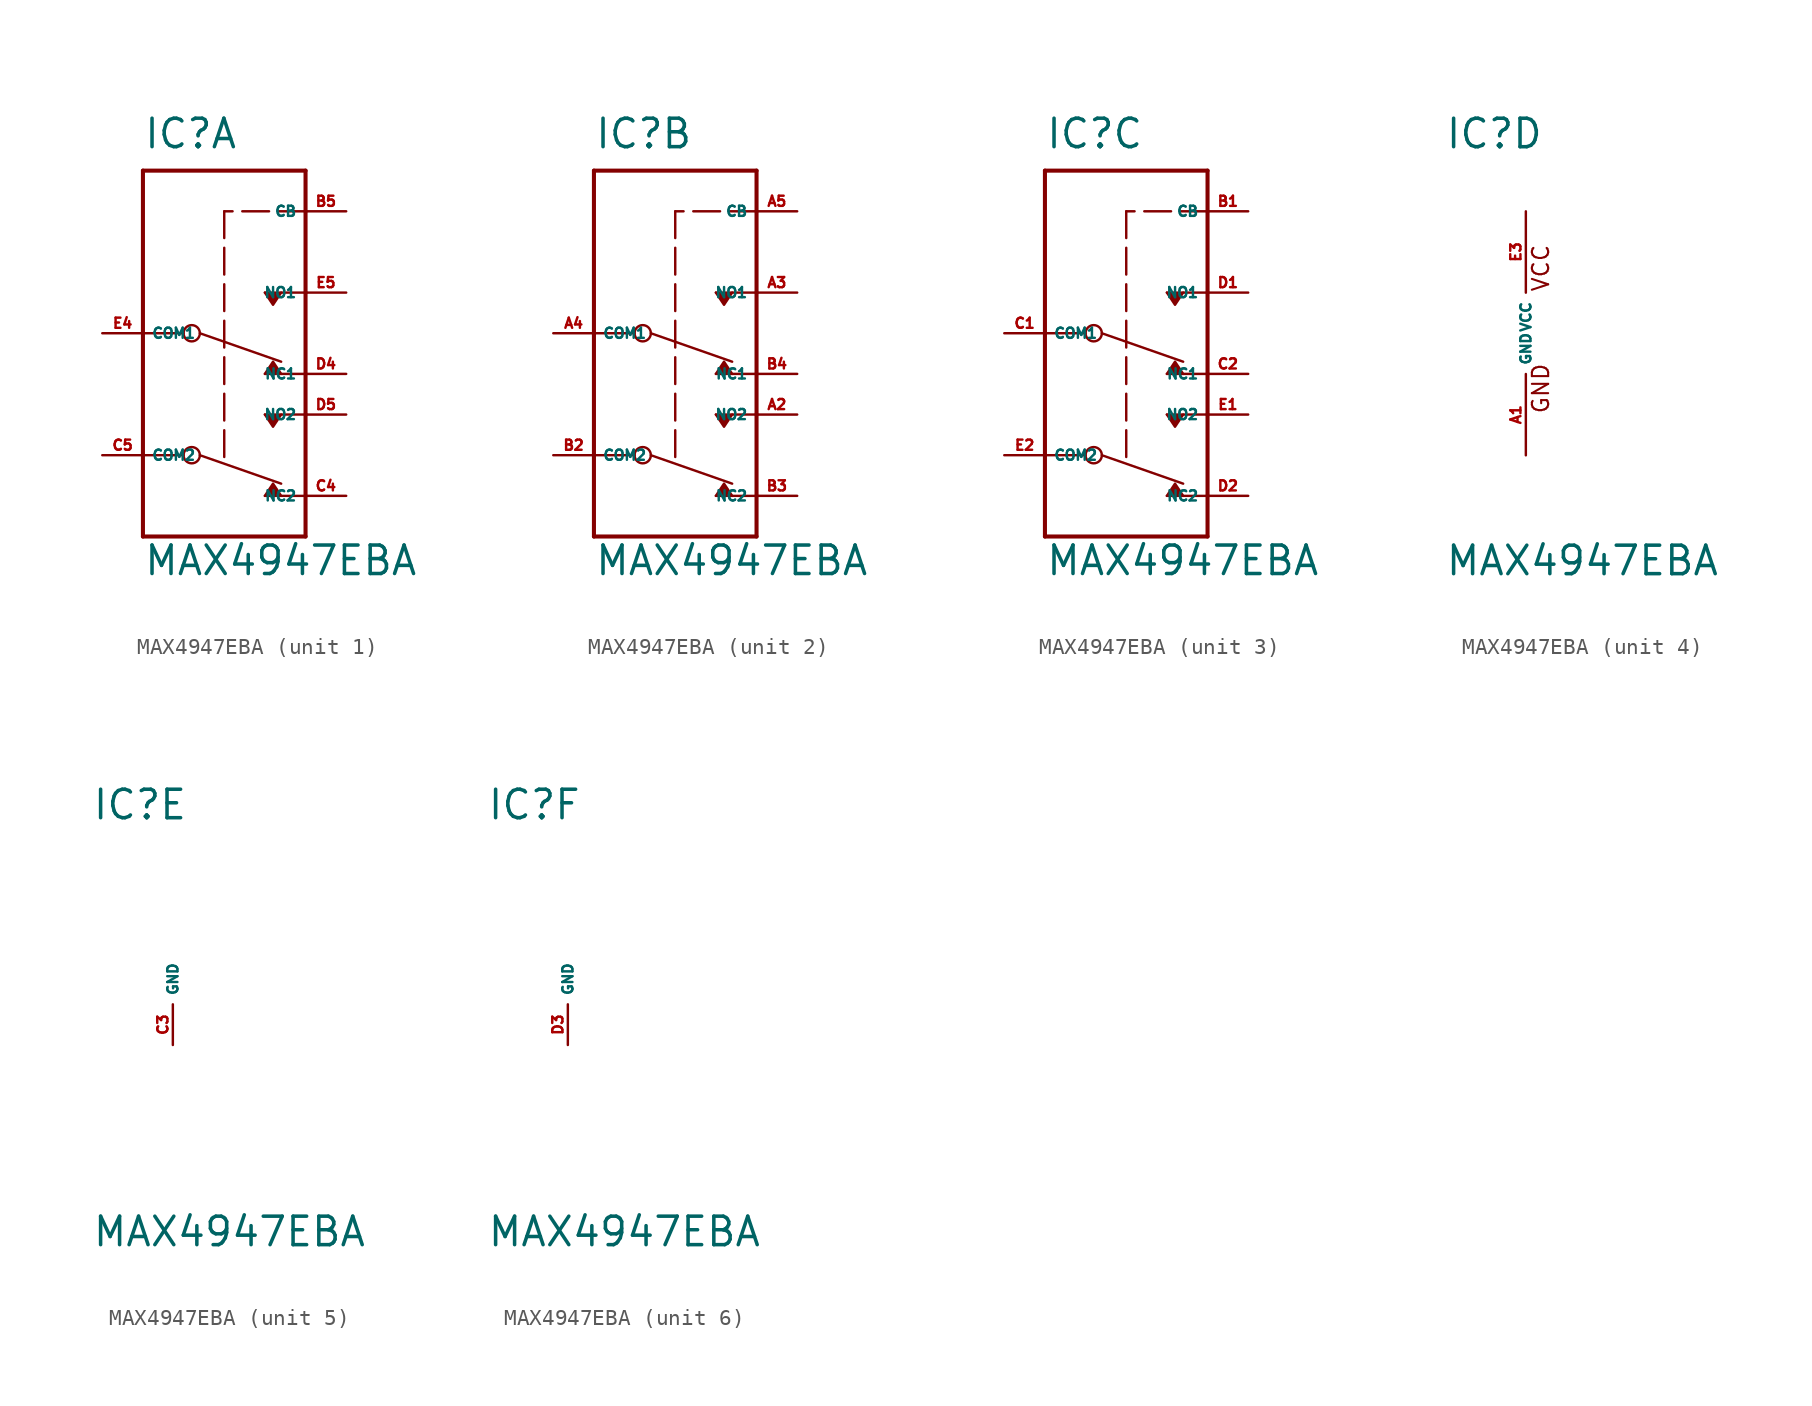
<source format=kicad_sym>
(kicad_symbol_lib
  (version 20220914)
  (generator Eagle2Kicad)
  (symbol "MAX4947EBA"
    (property "Reference" "IC"
      (at -5.08 11.43 0)
      (effects (font (size 1.778 1.778) (thickness 0.22)) (justify left bottom)))
    (property "Value" "MAX4947EBA"
      (at -5.08 -15.24 0)
      (effects (font (size 1.778 1.778) (thickness 0.22)) (justify left bottom)))
    (symbol "MAX4947EBA_1_0"
      (polyline (pts (xy 2.54 -2.54) (xy 3.048 -1.778) (xy 3.556 -2.54)) (stroke (width 0.152) (type default)) (fill (type outline)))
      (polyline (pts (xy 2.54 2.54) (xy 3.048 1.778) (xy 3.556 2.54)) (stroke (width 0.152) (type default)) (fill (type outline)))
      (polyline (pts (xy 2.54 -5.08) (xy 3.048 -5.842) (xy 3.556 -5.08)) (stroke (width 0.152) (type default)) (fill (type outline)))
      (polyline (pts (xy 2.54 -10.16) (xy 3.048 -9.398) (xy 3.556 -10.16)) (stroke (width 0.152) (type default)) (fill (type outline)))
      (polyline (pts (xy -1.524 0) (xy 3.556 -1.778)) (stroke (width 0.152) (type default)) (fill (type none)))
      (polyline (pts (xy 5.08 7.62) (xy 0 7.62)) (stroke (width 0.152) (type dash)) (fill (type none)))
      (polyline (pts (xy 0 7.62) (xy 0 -8.128)) (stroke (width 0.152) (type dash)) (fill (type none)))
      (polyline (pts (xy -5.08 10.16) (xy 5.08 10.16)) (stroke (width 0.254) (type default)) (fill (type none)))
      (polyline (pts (xy 5.08 10.16) (xy 5.08 7.62)) (stroke (width 0.254) (type default)) (fill (type none)))
      (polyline (pts (xy 5.08 7.62) (xy 5.08 2.54)) (stroke (width 0.254) (type default)) (fill (type none)))
      (polyline (pts (xy 5.08 2.54) (xy 5.08 -2.54)) (stroke (width 0.254) (type default)) (fill (type none)))
      (polyline (pts (xy 5.08 -2.54) (xy 5.08 -5.08)) (stroke (width 0.254) (type default)) (fill (type none)))
      (polyline (pts (xy 5.08 -5.08) (xy 5.08 -10.16)) (stroke (width 0.254) (type default)) (fill (type none)))
      (polyline (pts (xy 5.08 -10.16) (xy 5.08 -12.7)) (stroke (width 0.254) (type default)) (fill (type none)))
      (polyline (pts (xy 5.08 -12.7) (xy -5.08 -12.7)) (stroke (width 0.254) (type default)) (fill (type none)))
      (polyline (pts (xy -5.08 -12.7) (xy -5.08 -7.62)) (stroke (width 0.254) (type default)) (fill (type none)))
      (polyline (pts (xy -5.08 -7.62) (xy -5.08 0)) (stroke (width 0.254) (type default)) (fill (type none)))
      (polyline (pts (xy -5.08 0) (xy -5.08 10.16)) (stroke (width 0.254) (type default)) (fill (type none)))
      (polyline (pts (xy 2.54 2.54) (xy 5.08 2.54)) (stroke (width 0.152) (type default)) (fill (type none)))
      (polyline (pts (xy 2.54 -2.54) (xy 5.08 -2.54)) (stroke (width 0.152) (type default)) (fill (type none)))
      (polyline (pts (xy 2.54 -5.08) (xy 5.08 -5.08)) (stroke (width 0.152) (type default)) (fill (type none)))
      (polyline (pts (xy 2.54 -10.16) (xy 5.08 -10.16)) (stroke (width 0.152) (type default)) (fill (type none)))
      (polyline (pts (xy -5.08 -7.62) (xy -2.54 -7.62)) (stroke (width 0.152) (type default)) (fill (type none)))
      (polyline (pts (xy -5.08 0) (xy -2.54 0)) (stroke (width 0.152) (type default)) (fill (type none)))
      (polyline (pts (xy -1.524 -7.62) (xy 3.556 -9.398)) (stroke (width 0.152) (type default)) (fill (type none)))
      (circle (center -2.032 0) (radius 0.508) (stroke (width 0.152) (type default)) (fill (type none)))
      (circle (center -2.032 -7.62) (radius 0.508) (stroke (width 0.152) (type default)) (fill (type none)))
      (pin bidirectional line (at -7.62 0 0) (length 2.54) (name "COM1" (effects (font (size 0.635 0.635) (thickness 0.08)) (justify left bottom))) (number "E4" (effects (font (size 0.635 0.635) (thickness 0.08)) (justify left bottom))))
      (pin bidirectional line (at 7.62 2.54 180) (length 2.54) (name "NO1" (effects (font (size 0.635 0.635) (thickness 0.08)) (justify left bottom))) (number "E5" (effects (font (size 0.635 0.635) (thickness 0.08)) (justify left bottom))))
      (pin bidirectional line (at 7.62 -2.54 180) (length 2.54) (name "NC1" (effects (font (size 0.635 0.635) (thickness 0.08)) (justify left bottom))) (number "D4" (effects (font (size 0.635 0.635) (thickness 0.08)) (justify left bottom))))
      (pin bidirectional line (at -7.62 -7.62 0) (length 2.54) (name "COM2" (effects (font (size 0.635 0.635) (thickness 0.08)) (justify left bottom))) (number "C5" (effects (font (size 0.635 0.635) (thickness 0.08)) (justify left bottom))))
      (pin bidirectional line (at 7.62 -5.08 180) (length 2.54) (name "NO2" (effects (font (size 0.635 0.635) (thickness 0.08)) (justify left bottom))) (number "D5" (effects (font (size 0.635 0.635) (thickness 0.08)) (justify left bottom))))
      (pin bidirectional line (at 7.62 -10.16 180) (length 2.54) (name "NC2" (effects (font (size 0.635 0.635) (thickness 0.08)) (justify left bottom))) (number "C4" (effects (font (size 0.635 0.635) (thickness 0.08)) (justify left bottom))))
      (pin input line (at 7.62 7.62 180) (length 2.54) (name "CB" (effects (font (size 0.635 0.635) (thickness 0.08)) (justify left bottom))) (number "B5" (effects (font (size 0.635 0.635) (thickness 0.08)) (justify left bottom)))))
    (symbol "MAX4947EBA_2_0"
      (polyline (pts (xy 2.54 -2.54) (xy 3.048 -1.778) (xy 3.556 -2.54)) (stroke (width 0.152) (type default)) (fill (type outline)))
      (polyline (pts (xy 2.54 2.54) (xy 3.048 1.778) (xy 3.556 2.54)) (stroke (width 0.152) (type default)) (fill (type outline)))
      (polyline (pts (xy 2.54 -5.08) (xy 3.048 -5.842) (xy 3.556 -5.08)) (stroke (width 0.152) (type default)) (fill (type outline)))
      (polyline (pts (xy 2.54 -10.16) (xy 3.048 -9.398) (xy 3.556 -10.16)) (stroke (width 0.152) (type default)) (fill (type outline)))
      (polyline (pts (xy -1.524 0) (xy 3.556 -1.778)) (stroke (width 0.152) (type default)) (fill (type none)))
      (polyline (pts (xy 5.08 7.62) (xy 0 7.62)) (stroke (width 0.152) (type dash)) (fill (type none)))
      (polyline (pts (xy 0 7.62) (xy 0 -8.128)) (stroke (width 0.152) (type dash)) (fill (type none)))
      (polyline (pts (xy -5.08 10.16) (xy 5.08 10.16)) (stroke (width 0.254) (type default)) (fill (type none)))
      (polyline (pts (xy 5.08 10.16) (xy 5.08 7.62)) (stroke (width 0.254) (type default)) (fill (type none)))
      (polyline (pts (xy 5.08 7.62) (xy 5.08 2.54)) (stroke (width 0.254) (type default)) (fill (type none)))
      (polyline (pts (xy 5.08 2.54) (xy 5.08 -2.54)) (stroke (width 0.254) (type default)) (fill (type none)))
      (polyline (pts (xy 5.08 -2.54) (xy 5.08 -5.08)) (stroke (width 0.254) (type default)) (fill (type none)))
      (polyline (pts (xy 5.08 -5.08) (xy 5.08 -10.16)) (stroke (width 0.254) (type default)) (fill (type none)))
      (polyline (pts (xy 5.08 -10.16) (xy 5.08 -12.7)) (stroke (width 0.254) (type default)) (fill (type none)))
      (polyline (pts (xy 5.08 -12.7) (xy -5.08 -12.7)) (stroke (width 0.254) (type default)) (fill (type none)))
      (polyline (pts (xy -5.08 -12.7) (xy -5.08 -7.62)) (stroke (width 0.254) (type default)) (fill (type none)))
      (polyline (pts (xy -5.08 -7.62) (xy -5.08 0)) (stroke (width 0.254) (type default)) (fill (type none)))
      (polyline (pts (xy -5.08 0) (xy -5.08 10.16)) (stroke (width 0.254) (type default)) (fill (type none)))
      (polyline (pts (xy 2.54 2.54) (xy 5.08 2.54)) (stroke (width 0.152) (type default)) (fill (type none)))
      (polyline (pts (xy 2.54 -2.54) (xy 5.08 -2.54)) (stroke (width 0.152) (type default)) (fill (type none)))
      (polyline (pts (xy 2.54 -5.08) (xy 5.08 -5.08)) (stroke (width 0.152) (type default)) (fill (type none)))
      (polyline (pts (xy 2.54 -10.16) (xy 5.08 -10.16)) (stroke (width 0.152) (type default)) (fill (type none)))
      (polyline (pts (xy -5.08 -7.62) (xy -2.54 -7.62)) (stroke (width 0.152) (type default)) (fill (type none)))
      (polyline (pts (xy -5.08 0) (xy -2.54 0)) (stroke (width 0.152) (type default)) (fill (type none)))
      (polyline (pts (xy -1.524 -7.62) (xy 3.556 -9.398)) (stroke (width 0.152) (type default)) (fill (type none)))
      (circle (center -2.032 0) (radius 0.508) (stroke (width 0.152) (type default)) (fill (type none)))
      (circle (center -2.032 -7.62) (radius 0.508) (stroke (width 0.152) (type default)) (fill (type none)))
      (pin bidirectional line (at -7.62 0 0) (length 2.54) (name "COM1" (effects (font (size 0.635 0.635) (thickness 0.08)) (justify left bottom))) (number "A4" (effects (font (size 0.635 0.635) (thickness 0.08)) (justify left bottom))))
      (pin bidirectional line (at 7.62 2.54 180) (length 2.54) (name "NO1" (effects (font (size 0.635 0.635) (thickness 0.08)) (justify left bottom))) (number "A3" (effects (font (size 0.635 0.635) (thickness 0.08)) (justify left bottom))))
      (pin bidirectional line (at 7.62 -2.54 180) (length 2.54) (name "NC1" (effects (font (size 0.635 0.635) (thickness 0.08)) (justify left bottom))) (number "B4" (effects (font (size 0.635 0.635) (thickness 0.08)) (justify left bottom))))
      (pin bidirectional line (at -7.62 -7.62 0) (length 2.54) (name "COM2" (effects (font (size 0.635 0.635) (thickness 0.08)) (justify left bottom))) (number "B2" (effects (font (size 0.635 0.635) (thickness 0.08)) (justify left bottom))))
      (pin bidirectional line (at 7.62 -5.08 180) (length 2.54) (name "NO2" (effects (font (size 0.635 0.635) (thickness 0.08)) (justify left bottom))) (number "A2" (effects (font (size 0.635 0.635) (thickness 0.08)) (justify left bottom))))
      (pin bidirectional line (at 7.62 -10.16 180) (length 2.54) (name "NC2" (effects (font (size 0.635 0.635) (thickness 0.08)) (justify left bottom))) (number "B3" (effects (font (size 0.635 0.635) (thickness 0.08)) (justify left bottom))))
      (pin input line (at 7.62 7.62 180) (length 2.54) (name "CB" (effects (font (size 0.635 0.635) (thickness 0.08)) (justify left bottom))) (number "A5" (effects (font (size 0.635 0.635) (thickness 0.08)) (justify left bottom)))))
    (symbol "MAX4947EBA_3_0"
      (polyline (pts (xy 2.54 -2.54) (xy 3.048 -1.778) (xy 3.556 -2.54)) (stroke (width 0.152) (type default)) (fill (type outline)))
      (polyline (pts (xy 2.54 2.54) (xy 3.048 1.778) (xy 3.556 2.54)) (stroke (width 0.152) (type default)) (fill (type outline)))
      (polyline (pts (xy 2.54 -5.08) (xy 3.048 -5.842) (xy 3.556 -5.08)) (stroke (width 0.152) (type default)) (fill (type outline)))
      (polyline (pts (xy 2.54 -10.16) (xy 3.048 -9.398) (xy 3.556 -10.16)) (stroke (width 0.152) (type default)) (fill (type outline)))
      (polyline (pts (xy -1.524 0) (xy 3.556 -1.778)) (stroke (width 0.152) (type default)) (fill (type none)))
      (polyline (pts (xy 5.08 7.62) (xy 0 7.62)) (stroke (width 0.152) (type dash)) (fill (type none)))
      (polyline (pts (xy 0 7.62) (xy 0 -8.128)) (stroke (width 0.152) (type dash)) (fill (type none)))
      (polyline (pts (xy -5.08 10.16) (xy 5.08 10.16)) (stroke (width 0.254) (type default)) (fill (type none)))
      (polyline (pts (xy 5.08 10.16) (xy 5.08 7.62)) (stroke (width 0.254) (type default)) (fill (type none)))
      (polyline (pts (xy 5.08 7.62) (xy 5.08 2.54)) (stroke (width 0.254) (type default)) (fill (type none)))
      (polyline (pts (xy 5.08 2.54) (xy 5.08 -2.54)) (stroke (width 0.254) (type default)) (fill (type none)))
      (polyline (pts (xy 5.08 -2.54) (xy 5.08 -5.08)) (stroke (width 0.254) (type default)) (fill (type none)))
      (polyline (pts (xy 5.08 -5.08) (xy 5.08 -10.16)) (stroke (width 0.254) (type default)) (fill (type none)))
      (polyline (pts (xy 5.08 -10.16) (xy 5.08 -12.7)) (stroke (width 0.254) (type default)) (fill (type none)))
      (polyline (pts (xy 5.08 -12.7) (xy -5.08 -12.7)) (stroke (width 0.254) (type default)) (fill (type none)))
      (polyline (pts (xy -5.08 -12.7) (xy -5.08 -7.62)) (stroke (width 0.254) (type default)) (fill (type none)))
      (polyline (pts (xy -5.08 -7.62) (xy -5.08 0)) (stroke (width 0.254) (type default)) (fill (type none)))
      (polyline (pts (xy -5.08 0) (xy -5.08 10.16)) (stroke (width 0.254) (type default)) (fill (type none)))
      (polyline (pts (xy 2.54 2.54) (xy 5.08 2.54)) (stroke (width 0.152) (type default)) (fill (type none)))
      (polyline (pts (xy 2.54 -2.54) (xy 5.08 -2.54)) (stroke (width 0.152) (type default)) (fill (type none)))
      (polyline (pts (xy 2.54 -5.08) (xy 5.08 -5.08)) (stroke (width 0.152) (type default)) (fill (type none)))
      (polyline (pts (xy 2.54 -10.16) (xy 5.08 -10.16)) (stroke (width 0.152) (type default)) (fill (type none)))
      (polyline (pts (xy -5.08 -7.62) (xy -2.54 -7.62)) (stroke (width 0.152) (type default)) (fill (type none)))
      (polyline (pts (xy -5.08 0) (xy -2.54 0)) (stroke (width 0.152) (type default)) (fill (type none)))
      (polyline (pts (xy -1.524 -7.62) (xy 3.556 -9.398)) (stroke (width 0.152) (type default)) (fill (type none)))
      (circle (center -2.032 0) (radius 0.508) (stroke (width 0.152) (type default)) (fill (type none)))
      (circle (center -2.032 -7.62) (radius 0.508) (stroke (width 0.152) (type default)) (fill (type none)))
      (pin bidirectional line (at -7.62 0 0) (length 2.54) (name "COM1" (effects (font (size 0.635 0.635) (thickness 0.08)) (justify left bottom))) (number "C1" (effects (font (size 0.635 0.635) (thickness 0.08)) (justify left bottom))))
      (pin bidirectional line (at 7.62 2.54 180) (length 2.54) (name "NO1" (effects (font (size 0.635 0.635) (thickness 0.08)) (justify left bottom))) (number "D1" (effects (font (size 0.635 0.635) (thickness 0.08)) (justify left bottom))))
      (pin bidirectional line (at 7.62 -2.54 180) (length 2.54) (name "NC1" (effects (font (size 0.635 0.635) (thickness 0.08)) (justify left bottom))) (number "C2" (effects (font (size 0.635 0.635) (thickness 0.08)) (justify left bottom))))
      (pin bidirectional line (at -7.62 -7.62 0) (length 2.54) (name "COM2" (effects (font (size 0.635 0.635) (thickness 0.08)) (justify left bottom))) (number "E2" (effects (font (size 0.635 0.635) (thickness 0.08)) (justify left bottom))))
      (pin bidirectional line (at 7.62 -5.08 180) (length 2.54) (name "NO2" (effects (font (size 0.635 0.635) (thickness 0.08)) (justify left bottom))) (number "E1" (effects (font (size 0.635 0.635) (thickness 0.08)) (justify left bottom))))
      (pin bidirectional line (at 7.62 -10.16 180) (length 2.54) (name "NC2" (effects (font (size 0.635 0.635) (thickness 0.08)) (justify left bottom))) (number "D2" (effects (font (size 0.635 0.635) (thickness 0.08)) (justify left bottom))))
      (pin input line (at 7.62 7.62 180) (length 2.54) (name "CB" (effects (font (size 0.635 0.635) (thickness 0.08)) (justify left bottom))) (number "B1" (effects (font (size 0.635 0.635) (thickness 0.08)) (justify left bottom)))))
    (symbol "MAX4947EBA_4_0"
      (text "GND" (at 1.524 -5.08 900) (effects (font (size 1.016 1.016) (thickness 0.13)) (justify left bottom)))
      (text "VCC" (at 1.524 2.54 900) (effects (font (size 1.016 1.016) (thickness 0.13)) (justify left bottom)))
      (pin unspecified line (at 0 7.62 270) (length 5.08) (name "VCC" (effects (font (size 0.635 0.635) (thickness 0.08)) (justify left bottom))) (number "E3" (effects (font (size 0.635 0.635) (thickness 0.08)) (justify left bottom))))
      (pin unspecified line (at 0 -7.62 90) (length 5.08) (name "GND" (effects (font (size 0.635 0.635) (thickness 0.08)) (justify left bottom))) (number "A1" (effects (font (size 0.635 0.635) (thickness 0.08)) (justify left bottom)))))
    (symbol "MAX4947EBA_5_0"
      (pin unspecified line (at 0 -2.54 90) (length 2.54) (name "GND" (effects (font (size 0.635 0.635) (thickness 0.08)) (justify left bottom))) (number "C3" (effects (font (size 0.635 0.635) (thickness 0.08)) (justify left bottom)))))
    (symbol "MAX4947EBA_6_0"
      (pin unspecified line (at 0 -2.54 90) (length 2.54) (name "GND" (effects (font (size 0.635 0.635) (thickness 0.08)) (justify left bottom))) (number "D3" (effects (font (size 0.635 0.635) (thickness 0.08)) (justify left bottom)))))))
</source>
